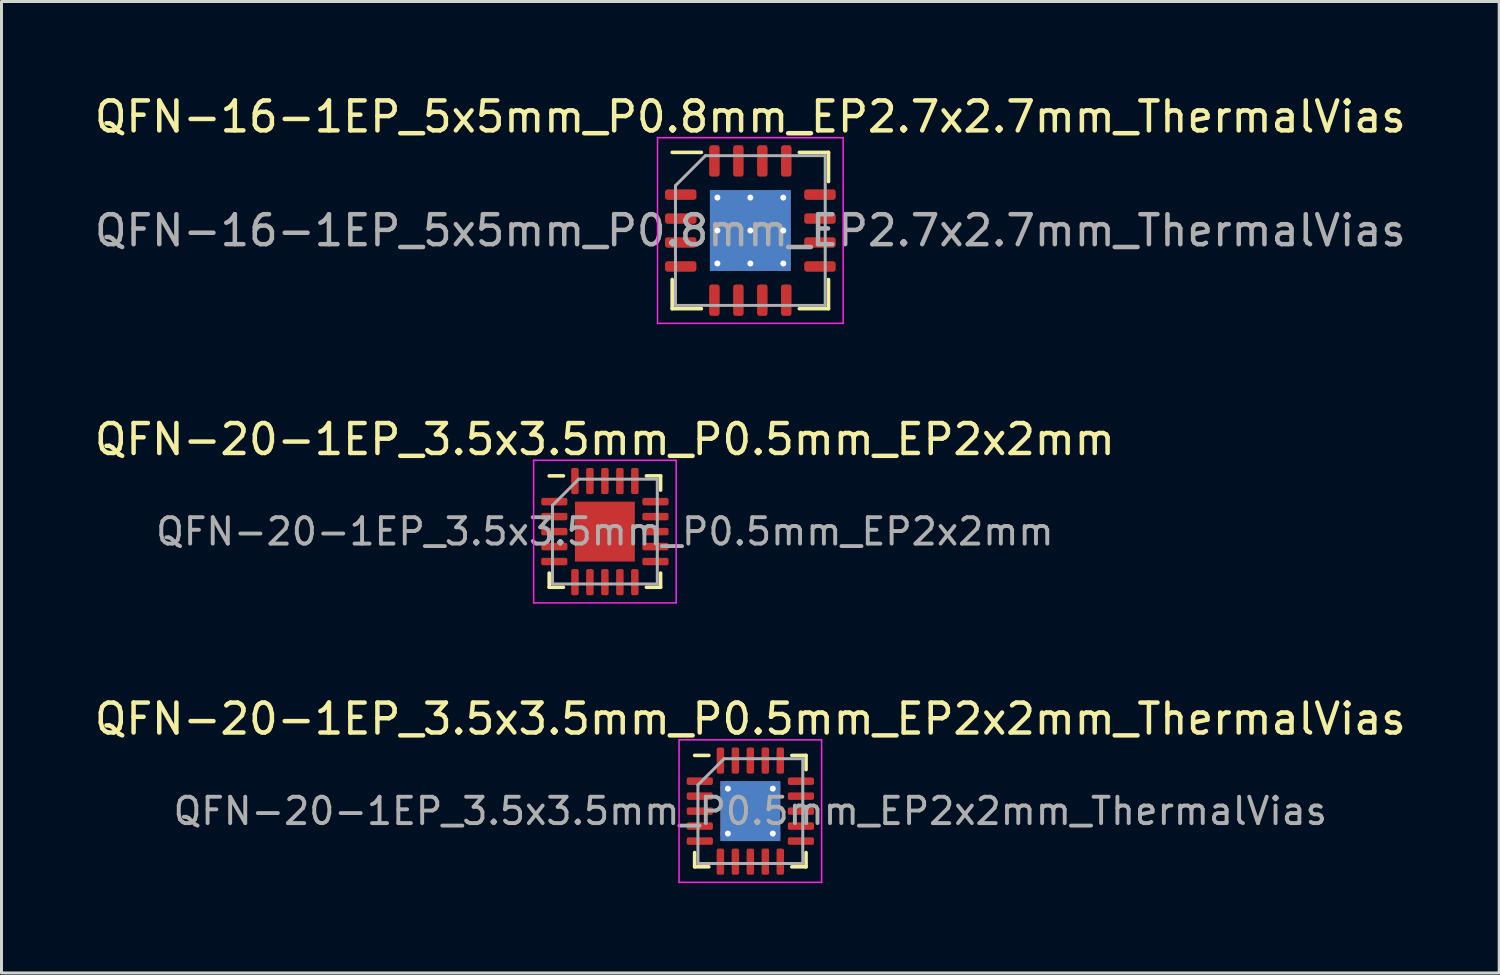
<source format=kicad_pcb>
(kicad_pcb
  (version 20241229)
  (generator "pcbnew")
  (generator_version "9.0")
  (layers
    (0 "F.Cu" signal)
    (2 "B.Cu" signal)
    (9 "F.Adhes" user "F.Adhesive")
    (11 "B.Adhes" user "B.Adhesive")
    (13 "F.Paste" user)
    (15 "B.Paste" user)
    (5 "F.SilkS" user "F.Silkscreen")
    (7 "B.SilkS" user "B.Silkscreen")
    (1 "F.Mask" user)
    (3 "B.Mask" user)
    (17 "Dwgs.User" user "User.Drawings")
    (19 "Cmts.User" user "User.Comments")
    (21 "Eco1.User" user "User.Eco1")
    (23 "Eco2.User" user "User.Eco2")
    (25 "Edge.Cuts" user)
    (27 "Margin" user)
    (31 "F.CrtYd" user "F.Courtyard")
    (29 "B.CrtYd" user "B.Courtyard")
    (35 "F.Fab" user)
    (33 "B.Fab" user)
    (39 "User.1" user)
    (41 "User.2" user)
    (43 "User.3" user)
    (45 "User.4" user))
  (footprint "QFN-20-1EP_3.5x3.5mm_P0.5mm_EP2x2mm_ThermalVias"
    (layer "F.Cu")
    (at 22.006 24.035)
    (property "Reference" "QFN-20-1EP_3.5x3.5mm_P0.5mm_EP2x2mm_ThermalVias" (at 0 -3.08 0) (layer "F.SilkS") (effects (font (size 1 1) (thickness 0.15))))
    (attr smd)
    (fp_line (start -1.86 1.86) (end -1.86 1.385) (stroke (width 0.12) (type solid)) (layer "F.SilkS"))
    (fp_line (start -1.385 -1.86) (end -1.86 -1.86) (stroke (width 0.12) (type solid)) (layer "F.SilkS"))
    (fp_line (start -1.385 1.86) (end -1.86 1.86) (stroke (width 0.12) (type solid)) (layer "F.SilkS"))
    (fp_line (start 1.385 -1.86) (end 1.86 -1.86) (stroke (width 0.12) (type solid)) (layer "F.SilkS"))
    (fp_line (start 1.385 1.86) (end 1.86 1.86) (stroke (width 0.12) (type solid)) (layer "F.SilkS"))
    (fp_line (start 1.86 -1.86) (end 1.86 -1.385) (stroke (width 0.12) (type solid)) (layer "F.SilkS"))
    (fp_line (start 1.86 1.86) (end 1.86 1.385) (stroke (width 0.12) (type solid)) (layer "F.SilkS"))
    (fp_line (start -2.38 -2.38) (end -2.38 2.38) (stroke (width 0.05) (type solid)) (layer "F.CrtYd"))
    (fp_line (start -2.38 2.38) (end 2.38 2.38) (stroke (width 0.05) (type solid)) (layer "F.CrtYd"))
    (fp_line (start 2.38 -2.38) (end -2.38 -2.38) (stroke (width 0.05) (type solid)) (layer "F.CrtYd"))
    (fp_line (start 2.38 2.38) (end 2.38 -2.38) (stroke (width 0.05) (type solid)) (layer "F.CrtYd"))
    (fp_line (start -1.75 -0.875) (end -0.875 -1.75) (stroke (width 0.1) (type solid)) (layer "F.Fab"))
    (fp_line (start -1.75 1.75) (end -1.75 -0.875) (stroke (width 0.1) (type solid)) (layer "F.Fab"))
    (fp_line (start -0.875 -1.75) (end 1.75 -1.75) (stroke (width 0.1) (type solid)) (layer "F.Fab"))
    (fp_line (start 1.75 -1.75) (end 1.75 1.75) (stroke (width 0.1) (type solid)) (layer "F.Fab"))
    (fp_line (start 1.75 1.75) (end -1.75 1.75) (stroke (width 0.1) (type solid)) (layer "F.Fab"))
    (fp_text user "${REFERENCE}" (at 0 0 0) (layer "F.Fab") (effects (font (size 0.88 0.88) (thickness 0.13))))
    (pad "" smd roundrect (at -0.5 -0.5) (size 0.87 0.87) (layers "F.Paste") (roundrect_rratio 0.25))
    (pad "" smd roundrect (at -0.5 0.5) (size 0.87 0.87) (layers "F.Paste") (roundrect_rratio 0.25))
    (pad "" smd roundrect (at 0.5 -0.5) (size 0.87 0.87) (layers "F.Paste") (roundrect_rratio 0.25))
    (pad "" smd roundrect (at 0.5 0.5) (size 0.87 0.87) (layers "F.Paste") (roundrect_rratio 0.25))
    (pad "1" smd roundrect (at -1.688 -1) (size 0.875 0.25) (layers "F.Cu" "F.Mask" "F.Paste") (roundrect_rratio 0.25))
    (pad "2" smd roundrect (at -1.688 -0.5) (size 0.875 0.25) (layers "F.Cu" "F.Mask" "F.Paste") (roundrect_rratio 0.25))
    (pad "3" smd roundrect (at -1.688 0) (size 0.875 0.25) (layers "F.Cu" "F.Mask" "F.Paste") (roundrect_rratio 0.25))
    (pad "4" smd roundrect (at -1.688 0.5) (size 0.875 0.25) (layers "F.Cu" "F.Mask" "F.Paste") (roundrect_rratio 0.25))
    (pad "5" smd roundrect (at -1.688 1) (size 0.875 0.25) (layers "F.Cu" "F.Mask" "F.Paste") (roundrect_rratio 0.25))
    (pad "6" smd roundrect (at -1 1.688) (size 0.25 0.875) (layers "F.Cu" "F.Mask" "F.Paste") (roundrect_rratio 0.25))
    (pad "7" smd roundrect (at -0.5 1.688) (size 0.25 0.875) (layers "F.Cu" "F.Mask" "F.Paste") (roundrect_rratio 0.25))
    (pad "8" smd roundrect (at 0 1.688) (size 0.25 0.875) (layers "F.Cu" "F.Mask" "F.Paste") (roundrect_rratio 0.25))
    (pad "9" smd roundrect (at 0.5 1.688) (size 0.25 0.875) (layers "F.Cu" "F.Mask" "F.Paste") (roundrect_rratio 0.25))
    (pad "10" smd roundrect (at 1 1.688) (size 0.25 0.875) (layers "F.Cu" "F.Mask" "F.Paste") (roundrect_rratio 0.25))
    (pad "11" smd roundrect (at 1.688 1) (size 0.875 0.25) (layers "F.Cu" "F.Mask" "F.Paste") (roundrect_rratio 0.25))
    (pad "12" smd roundrect (at 1.688 0.5) (size 0.875 0.25) (layers "F.Cu" "F.Mask" "F.Paste") (roundrect_rratio 0.25))
    (pad "13" smd roundrect (at 1.688 0) (size 0.875 0.25) (layers "F.Cu" "F.Mask" "F.Paste") (roundrect_rratio 0.25))
    (pad "14" smd roundrect (at 1.688 -0.5) (size 0.875 0.25) (layers "F.Cu" "F.Mask" "F.Paste") (roundrect_rratio 0.25))
    (pad "15" smd roundrect (at 1.688 -1) (size 0.875 0.25) (layers "F.Cu" "F.Mask" "F.Paste") (roundrect_rratio 0.25))
    (pad "16" smd roundrect (at 1 -1.688) (size 0.25 0.875) (layers "F.Cu" "F.Mask" "F.Paste") (roundrect_rratio 0.25))
    (pad "17" smd roundrect (at 0.5 -1.688) (size 0.25 0.875) (layers "F.Cu" "F.Mask" "F.Paste") (roundrect_rratio 0.25))
    (pad "18" smd roundrect (at 0 -1.688) (size 0.25 0.875) (layers "F.Cu" "F.Mask" "F.Paste") (roundrect_rratio 0.25))
    (pad "19" smd roundrect (at -0.5 -1.688) (size 0.25 0.875) (layers "F.Cu" "F.Mask" "F.Paste") (roundrect_rratio 0.25))
    (pad "20" smd roundrect (at -1 -1.688) (size 0.25 0.875) (layers "F.Cu" "F.Mask" "F.Paste") (roundrect_rratio 0.25))
    (pad "21" thru_hole circle (at -0.75 -0.75) (size 0.5 0.5) (drill 0.2) (layers "*.Cu"))
    (pad "21" thru_hole circle (at -0.75 0.75) (size 0.5 0.5) (drill 0.2) (layers "*.Cu"))
    (pad "21" smd rect (at 0 0) (size 2 2) (layers "F.Cu" "F.Mask"))
    (pad "21" smd rect (at 0 0) (size 2 2) (layers "B.Cu"))
    (pad "21" thru_hole circle (at 0.75 -0.75) (size 0.5 0.5) (drill 0.2) (layers "*.Cu"))
    (pad "21" thru_hole circle (at 0.75 0.75) (size 0.5 0.5) (drill 0.2) (layers "*.Cu")))
  (footprint "QFN-16-1EP_5x5mm_P0.8mm_EP2.7x2.7mm_ThermalVias"
    (layer "F.Cu")
    (at 22.006 4.648)
    (property "Reference" "QFN-16-1EP_5x5mm_P0.8mm_EP2.7x2.7mm_ThermalVias" (at 0 -3.8 0) (layer "F.SilkS") (effects (font (size 1 1) (thickness 0.15))))
    (attr smd)
    (fp_line (start -2.61 2.61) (end -2.61 1.635) (stroke (width 0.12) (type solid)) (layer "F.SilkS"))
    (fp_line (start -1.635 -2.61) (end -2.61 -2.61) (stroke (width 0.12) (type solid)) (layer "F.SilkS"))
    (fp_line (start -1.635 2.61) (end -2.61 2.61) (stroke (width 0.12) (type solid)) (layer "F.SilkS"))
    (fp_line (start 1.635 -2.61) (end 2.61 -2.61) (stroke (width 0.12) (type solid)) (layer "F.SilkS"))
    (fp_line (start 1.635 2.61) (end 2.61 2.61) (stroke (width 0.12) (type solid)) (layer "F.SilkS"))
    (fp_line (start 2.61 -2.61) (end 2.61 -1.635) (stroke (width 0.12) (type solid)) (layer "F.SilkS"))
    (fp_line (start 2.61 2.61) (end 2.61 1.635) (stroke (width 0.12) (type solid)) (layer "F.SilkS"))
    (fp_line (start -3.1 -3.1) (end -3.1 3.1) (stroke (width 0.05) (type solid)) (layer "F.CrtYd"))
    (fp_line (start -3.1 3.1) (end 3.1 3.1) (stroke (width 0.05) (type solid)) (layer "F.CrtYd"))
    (fp_line (start 3.1 -3.1) (end -3.1 -3.1) (stroke (width 0.05) (type solid)) (layer "F.CrtYd"))
    (fp_line (start 3.1 3.1) (end 3.1 -3.1) (stroke (width 0.05) (type solid)) (layer "F.CrtYd"))
    (fp_line (start -2.5 -1.5) (end -1.5 -2.5) (stroke (width 0.1) (type solid)) (layer "F.Fab"))
    (fp_line (start -2.5 2.5) (end -2.5 -1.5) (stroke (width 0.1) (type solid)) (layer "F.Fab"))
    (fp_line (start -1.5 -2.5) (end 2.5 -2.5) (stroke (width 0.1) (type solid)) (layer "F.Fab"))
    (fp_line (start 2.5 -2.5) (end 2.5 2.5) (stroke (width 0.1) (type solid)) (layer "F.Fab"))
    (fp_line (start 2.5 2.5) (end -2.5 2.5) (stroke (width 0.1) (type solid)) (layer "F.Fab"))
    (fp_text user "${REFERENCE}" (at 0 0 0) (layer "F.Fab") (effects (font (size 1 1) (thickness 0.15))))
    (pad "" smd roundrect (at -0.675 -0.675) (size 1.17 1.17) (layers "F.Paste") (roundrect_rratio 0.214))
    (pad "" smd roundrect (at -0.675 0.675) (size 1.17 1.17) (layers "F.Paste") (roundrect_rratio 0.214))
    (pad "" smd roundrect (at 0.675 -0.675) (size 1.17 1.17) (layers "F.Paste") (roundrect_rratio 0.214))
    (pad "" smd roundrect (at 0.675 0.675) (size 1.17 1.17) (layers "F.Paste") (roundrect_rratio 0.214))
    (pad "1" smd roundrect (at -2.325 -1.2) (size 1.05 0.35) (layers "F.Cu" "F.Mask" "F.Paste") (roundrect_rratio 0.25))
    (pad "2" smd roundrect (at -2.325 -0.4) (size 1.05 0.35) (layers "F.Cu" "F.Mask" "F.Paste") (roundrect_rratio 0.25))
    (pad "3" smd roundrect (at -2.325 0.4) (size 1.05 0.35) (layers "F.Cu" "F.Mask" "F.Paste") (roundrect_rratio 0.25))
    (pad "4" smd roundrect (at -2.325 1.2) (size 1.05 0.35) (layers "F.Cu" "F.Mask" "F.Paste") (roundrect_rratio 0.25))
    (pad "5" smd roundrect (at -1.2 2.325) (size 0.35 1.05) (layers "F.Cu" "F.Mask" "F.Paste") (roundrect_rratio 0.25))
    (pad "6" smd roundrect (at -0.4 2.325) (size 0.35 1.05) (layers "F.Cu" "F.Mask" "F.Paste") (roundrect_rratio 0.25))
    (pad "7" smd roundrect (at 0.4 2.325) (size 0.35 1.05) (layers "F.Cu" "F.Mask" "F.Paste") (roundrect_rratio 0.25))
    (pad "8" smd roundrect (at 1.2 2.325) (size 0.35 1.05) (layers "F.Cu" "F.Mask" "F.Paste") (roundrect_rratio 0.25))
    (pad "9" smd roundrect (at 2.325 1.2) (size 1.05 0.35) (layers "F.Cu" "F.Mask" "F.Paste") (roundrect_rratio 0.25))
    (pad "10" smd roundrect (at 2.325 0.4) (size 1.05 0.35) (layers "F.Cu" "F.Mask" "F.Paste") (roundrect_rratio 0.25))
    (pad "11" smd roundrect (at 2.325 -0.4) (size 1.05 0.35) (layers "F.Cu" "F.Mask" "F.Paste") (roundrect_rratio 0.25))
    (pad "12" smd roundrect (at 2.325 -1.2) (size 1.05 0.35) (layers "F.Cu" "F.Mask" "F.Paste") (roundrect_rratio 0.25))
    (pad "13" smd roundrect (at 1.2 -2.325) (size 0.35 1.05) (layers "F.Cu" "F.Mask" "F.Paste") (roundrect_rratio 0.25))
    (pad "14" smd roundrect (at 0.4 -2.325) (size 0.35 1.05) (layers "F.Cu" "F.Mask" "F.Paste") (roundrect_rratio 0.25))
    (pad "15" smd roundrect (at -0.4 -2.325) (size 0.35 1.05) (layers "F.Cu" "F.Mask" "F.Paste") (roundrect_rratio 0.25))
    (pad "16" smd roundrect (at -1.2 -2.325) (size 0.35 1.05) (layers "F.Cu" "F.Mask" "F.Paste") (roundrect_rratio 0.25))
    (pad "17" thru_hole circle (at -1.1 -1.1) (size 0.5 0.5) (drill 0.2) (layers "*.Cu"))
    (pad "17" thru_hole circle (at -1.1 0) (size 0.5 0.5) (drill 0.2) (layers "*.Cu"))
    (pad "17" thru_hole circle (at -1.1 1.1) (size 0.5 0.5) (drill 0.2) (layers "*.Cu"))
    (pad "17" thru_hole circle (at 0 -1.1) (size 0.5 0.5) (drill 0.2) (layers "*.Cu"))
    (pad "17" thru_hole circle (at 0 0) (size 0.5 0.5) (drill 0.2) (layers "*.Cu"))
    (pad "17" smd rect (at 0 0) (size 2.7 2.7) (layers "F.Cu" "F.Mask"))
    (pad "17" smd rect (at 0 0) (size 2.7 2.7) (layers "B.Cu"))
    (pad "17" thru_hole circle (at 0 1.1) (size 0.5 0.5) (drill 0.2) (layers "*.Cu"))
    (pad "17" thru_hole circle (at 1.1 -1.1) (size 0.5 0.5) (drill 0.2) (layers "*.Cu"))
    (pad "17" thru_hole circle (at 1.1 0) (size 0.5 0.5) (drill 0.2) (layers "*.Cu"))
    (pad "17" thru_hole circle (at 1.1 1.1) (size 0.5 0.5) (drill 0.2) (layers "*.Cu")))
  (footprint "QFN-20-1EP_3.5x3.5mm_P0.5mm_EP2x2mm"
    (layer "F.Cu")
    (at 17.149 14.701)
    (property "Reference" "QFN-20-1EP_3.5x3.5mm_P0.5mm_EP2x2mm" (at 0 -3.08 0) (layer "F.SilkS") (effects (font (size 1 1) (thickness 0.15))))
    (attr smd)
    (fp_line (start -1.86 1.86) (end -1.86 1.385) (stroke (width 0.12) (type solid)) (layer "F.SilkS"))
    (fp_line (start -1.385 -1.86) (end -1.86 -1.86) (stroke (width 0.12) (type solid)) (layer "F.SilkS"))
    (fp_line (start -1.385 1.86) (end -1.86 1.86) (stroke (width 0.12) (type solid)) (layer "F.SilkS"))
    (fp_line (start 1.385 -1.86) (end 1.86 -1.86) (stroke (width 0.12) (type solid)) (layer "F.SilkS"))
    (fp_line (start 1.385 1.86) (end 1.86 1.86) (stroke (width 0.12) (type solid)) (layer "F.SilkS"))
    (fp_line (start 1.86 -1.86) (end 1.86 -1.385) (stroke (width 0.12) (type solid)) (layer "F.SilkS"))
    (fp_line (start 1.86 1.86) (end 1.86 1.385) (stroke (width 0.12) (type solid)) (layer "F.SilkS"))
    (fp_line (start -2.38 -2.38) (end -2.38 2.38) (stroke (width 0.05) (type solid)) (layer "F.CrtYd"))
    (fp_line (start -2.38 2.38) (end 2.38 2.38) (stroke (width 0.05) (type solid)) (layer "F.CrtYd"))
    (fp_line (start 2.38 -2.38) (end -2.38 -2.38) (stroke (width 0.05) (type solid)) (layer "F.CrtYd"))
    (fp_line (start 2.38 2.38) (end 2.38 -2.38) (stroke (width 0.05) (type solid)) (layer "F.CrtYd"))
    (fp_line (start -1.75 -0.875) (end -0.875 -1.75) (stroke (width 0.1) (type solid)) (layer "F.Fab"))
    (fp_line (start -1.75 1.75) (end -1.75 -0.875) (stroke (width 0.1) (type solid)) (layer "F.Fab"))
    (fp_line (start -0.875 -1.75) (end 1.75 -1.75) (stroke (width 0.1) (type solid)) (layer "F.Fab"))
    (fp_line (start 1.75 -1.75) (end 1.75 1.75) (stroke (width 0.1) (type solid)) (layer "F.Fab"))
    (fp_line (start 1.75 1.75) (end -1.75 1.75) (stroke (width 0.1) (type solid)) (layer "F.Fab"))
    (fp_text user "${REFERENCE}" (at 0 0 0) (layer "F.Fab") (effects (font (size 0.88 0.88) (thickness 0.13))))
    (pad "" smd roundrect (at -0.5 -0.5) (size 0.81 0.81) (layers "F.Paste") (roundrect_rratio 0.25))
    (pad "" smd roundrect (at -0.5 0.5) (size 0.81 0.81) (layers "F.Paste") (roundrect_rratio 0.25))
    (pad "" smd roundrect (at 0.5 -0.5) (size 0.81 0.81) (layers "F.Paste") (roundrect_rratio 0.25))
    (pad "" smd roundrect (at 0.5 0.5) (size 0.81 0.81) (layers "F.Paste") (roundrect_rratio 0.25))
    (pad "1" smd roundrect (at -1.688 -1) (size 0.875 0.25) (layers "F.Cu" "F.Mask" "F.Paste") (roundrect_rratio 0.25))
    (pad "2" smd roundrect (at -1.688 -0.5) (size 0.875 0.25) (layers "F.Cu" "F.Mask" "F.Paste") (roundrect_rratio 0.25))
    (pad "3" smd roundrect (at -1.688 0) (size 0.875 0.25) (layers "F.Cu" "F.Mask" "F.Paste") (roundrect_rratio 0.25))
    (pad "4" smd roundrect (at -1.688 0.5) (size 0.875 0.25) (layers "F.Cu" "F.Mask" "F.Paste") (roundrect_rratio 0.25))
    (pad "5" smd roundrect (at -1.688 1) (size 0.875 0.25) (layers "F.Cu" "F.Mask" "F.Paste") (roundrect_rratio 0.25))
    (pad "6" smd roundrect (at -1 1.688) (size 0.25 0.875) (layers "F.Cu" "F.Mask" "F.Paste") (roundrect_rratio 0.25))
    (pad "7" smd roundrect (at -0.5 1.688) (size 0.25 0.875) (layers "F.Cu" "F.Mask" "F.Paste") (roundrect_rratio 0.25))
    (pad "8" smd roundrect (at 0 1.688) (size 0.25 0.875) (layers "F.Cu" "F.Mask" "F.Paste") (roundrect_rratio 0.25))
    (pad "9" smd roundrect (at 0.5 1.688) (size 0.25 0.875) (layers "F.Cu" "F.Mask" "F.Paste") (roundrect_rratio 0.25))
    (pad "10" smd roundrect (at 1 1.688) (size 0.25 0.875) (layers "F.Cu" "F.Mask" "F.Paste") (roundrect_rratio 0.25))
    (pad "11" smd roundrect (at 1.688 1) (size 0.875 0.25) (layers "F.Cu" "F.Mask" "F.Paste") (roundrect_rratio 0.25))
    (pad "12" smd roundrect (at 1.688 0.5) (size 0.875 0.25) (layers "F.Cu" "F.Mask" "F.Paste") (roundrect_rratio 0.25))
    (pad "13" smd roundrect (at 1.688 0) (size 0.875 0.25) (layers "F.Cu" "F.Mask" "F.Paste") (roundrect_rratio 0.25))
    (pad "14" smd roundrect (at 1.688 -0.5) (size 0.875 0.25) (layers "F.Cu" "F.Mask" "F.Paste") (roundrect_rratio 0.25))
    (pad "15" smd roundrect (at 1.688 -1) (size 0.875 0.25) (layers "F.Cu" "F.Mask" "F.Paste") (roundrect_rratio 0.25))
    (pad "16" smd roundrect (at 1 -1.688) (size 0.25 0.875) (layers "F.Cu" "F.Mask" "F.Paste") (roundrect_rratio 0.25))
    (pad "17" smd roundrect (at 0.5 -1.688) (size 0.25 0.875) (layers "F.Cu" "F.Mask" "F.Paste") (roundrect_rratio 0.25))
    (pad "18" smd roundrect (at 0 -1.688) (size 0.25 0.875) (layers "F.Cu" "F.Mask" "F.Paste") (roundrect_rratio 0.25))
    (pad "19" smd roundrect (at -0.5 -1.688) (size 0.25 0.875) (layers "F.Cu" "F.Mask" "F.Paste") (roundrect_rratio 0.25))
    (pad "20" smd roundrect (at -1 -1.688) (size 0.25 0.875) (layers "F.Cu" "F.Mask" "F.Paste") (roundrect_rratio 0.25))
    (pad "21" smd rect (at 0 0) (size 2 2) (layers "F.Cu" "F.Mask")))
  (gr_rect
    (start -3 -3)
    (end 47.012 29.44)
    (stroke (width 0.1) (type default))
    (fill no)
    (layer "Edge.Cuts")))
</source>
